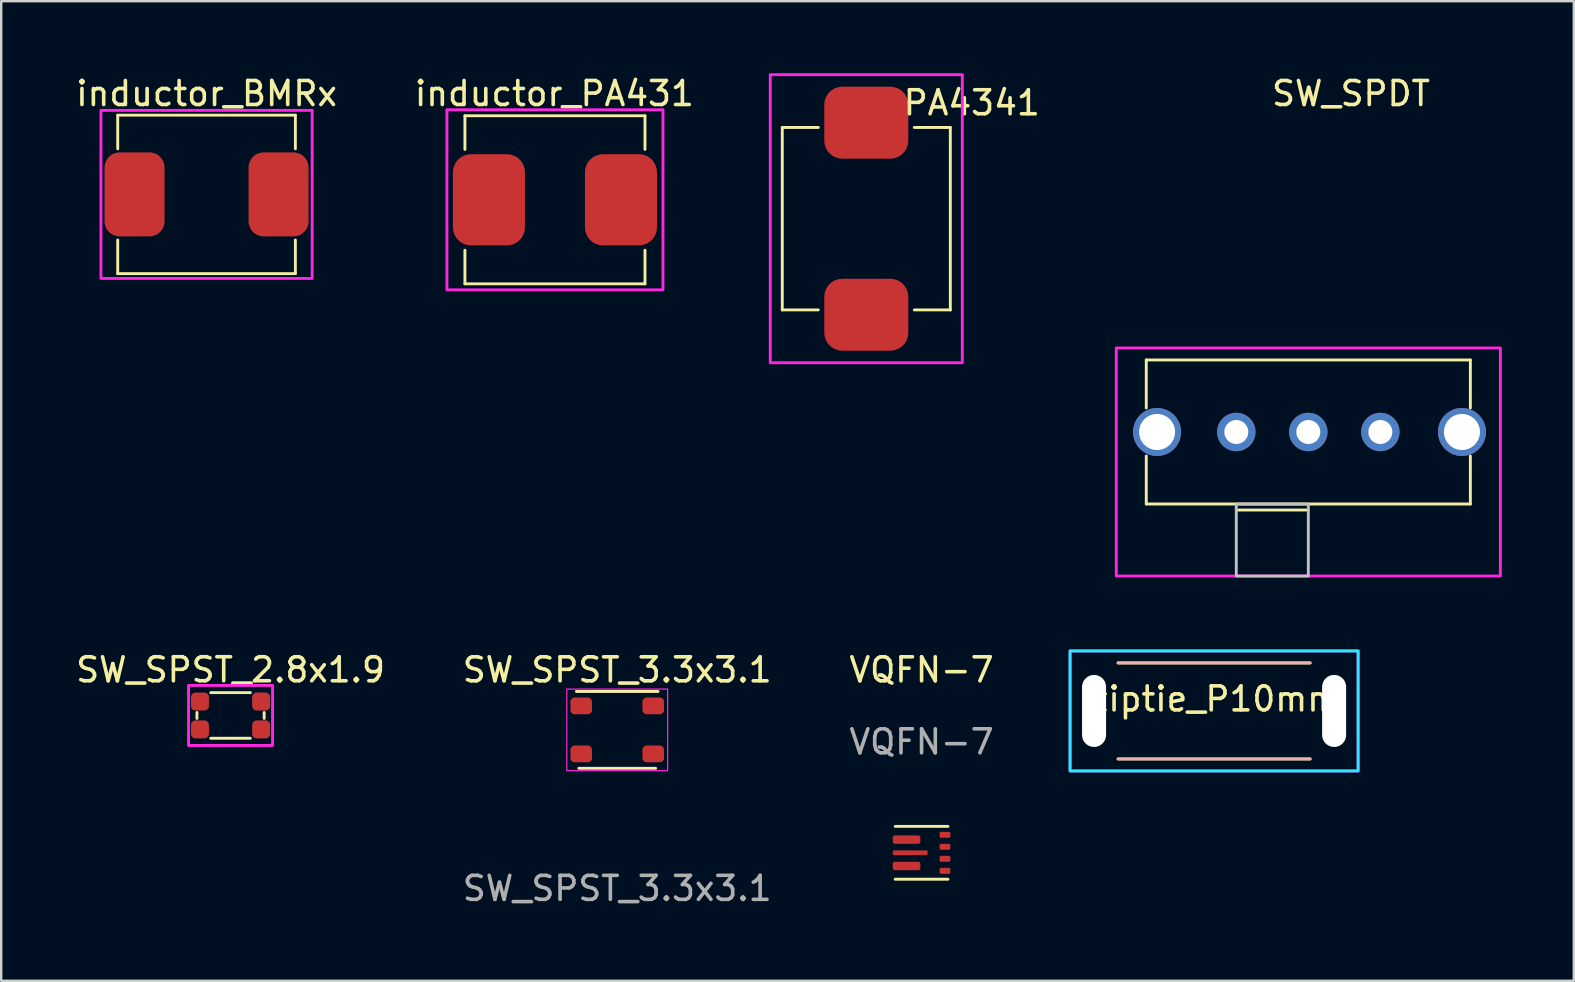
<source format=kicad_pcb>
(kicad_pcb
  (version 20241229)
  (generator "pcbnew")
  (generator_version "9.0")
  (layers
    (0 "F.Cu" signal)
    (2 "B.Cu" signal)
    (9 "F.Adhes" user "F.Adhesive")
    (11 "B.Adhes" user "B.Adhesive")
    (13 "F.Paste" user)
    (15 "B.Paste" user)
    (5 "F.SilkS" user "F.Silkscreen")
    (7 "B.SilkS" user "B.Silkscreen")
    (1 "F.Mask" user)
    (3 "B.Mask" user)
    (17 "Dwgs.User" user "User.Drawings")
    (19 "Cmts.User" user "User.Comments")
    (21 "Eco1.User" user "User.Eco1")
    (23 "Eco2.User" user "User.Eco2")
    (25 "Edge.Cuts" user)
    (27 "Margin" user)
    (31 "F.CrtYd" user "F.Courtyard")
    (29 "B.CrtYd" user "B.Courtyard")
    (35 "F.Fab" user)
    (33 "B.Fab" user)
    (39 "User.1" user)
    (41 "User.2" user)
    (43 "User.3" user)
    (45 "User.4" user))
  (footprint "ziptie_P10mm"
    (layer "F.Cu")
    (at 47.524 26.565)
    (property "Reference" "ziptie_P10mm" (at 0 -0.5 0) (unlocked yes) (layer "F.SilkS") (effects (font (size 1 1) (thickness 0.15))))
    (attr board_only exclude_from_bom)
    (fp_line (start -4 -2) (end 4 -2) (stroke (width 0.12) (type default)) (layer "F.SilkS"))
    (fp_line (start -4 2) (end 4 2) (stroke (width 0.12) (type default)) (layer "F.SilkS"))
    (fp_line (start -4 -2) (end 4 -2) (stroke (width 0.12) (type default)) (layer "B.SilkS"))
    (fp_line (start -4 2) (end 4 2) (stroke (width 0.12) (type default)) (layer "B.SilkS"))
    (fp_rect (start -6 -2.5) (end 6 2.5) (stroke (width 0.12) (type default)) (fill no) (layer "B.CrtYd"))
    (fp_rect (start -6 -2.5) (end 6 2.5) (stroke (width 0.12) (type default)) (fill no) (layer "F.CrtYd"))
    (pad "" np_thru_hole oval (at -5 0) (size 1 3) (drill oval 2 5) (layers "*.Cu" "*.Mask"))
    (pad "" np_thru_hole oval (at 5 0) (size 1 3) (drill oval 2 5) (layers "*.Cu" "*.Mask")))
  (footprint "VQFN-7"
    (layer "F.Cu")
    (at 35.339 32.474)
    (property "Reference" "VQFN-7" (at 0 -7.62 0) (unlocked yes) (layer "F.SilkS") (effects (font (size 1 1) (thickness 0.15))))
    (attr smd)
    (fp_line (start -1.1 1.1) (end 1.1 1.1) (stroke (width 0.12) (type default)) (layer "F.SilkS"))
    (fp_line (start 1.1 -1.1) (end -1.1 -1.1) (stroke (width 0.12) (type default)) (layer "F.SilkS"))
    (fp_text user "${REFERENCE}" (at 0 -4.62 0) (unlocked yes) (layer "F.Fab") (effects (font (size 1 1) (thickness 0.15))))
    (pad "1" smd roundrect (at -0.625 -0.55) (size 1.15 0.35) (layers "F.Cu" "F.Mask" "F.Paste") (roundrect_rratio 0.25))
    (pad "2" smd roundrect (at -0.475 0) (size 1.45 0.2) (layers "F.Cu" "F.Mask" "F.Paste") (roundrect_rratio 0.25))
    (pad "3" smd roundrect (at -0.625 0.55) (size 1.15 0.35) (layers "F.Cu" "F.Mask" "F.Paste") (roundrect_rratio 0.25))
    (pad "4" smd roundrect (at 0.975 -0.75) (size 0.45 0.25) (layers "F.Cu" "F.Mask" "F.Paste") (roundrect_rratio 0.25))
    (pad "5" smd roundrect (at 0.975 -0.25) (size 0.45 0.25) (layers "F.Cu" "F.Mask" "F.Paste") (roundrect_rratio 0.25))
    (pad "6" smd roundrect (at 0.975 0.25) (size 0.45 0.25) (layers "F.Cu" "F.Mask" "F.Paste") (roundrect_rratio 0.25))
    (pad "7" smd roundrect (at 0.975 0.75) (size 0.45 0.25) (layers "F.Cu" "F.Mask" "F.Paste") (roundrect_rratio 0.25)))
  (footprint "inductor_PA431"
    (layer "F.Cu")
    (at 20.067 5.273)
    (property "Reference" "inductor_PA431" (at -0.025 -4.425 0) (unlocked yes) (layer "F.SilkS") (effects (font (size 1 1) (thickness 0.15))))
    (attr smd)
    (fp_line (start -3.75 -3.5) (end -3.75 -2.1) (stroke (width 0.12) (type default)) (layer "F.SilkS"))
    (fp_line (start -3.75 3.5) (end -3.75 2.1) (stroke (width 0.12) (type default)) (layer "F.SilkS"))
    (fp_line (start 3.75 -3.5) (end -3.75 -3.5) (stroke (width 0.12) (type default)) (layer "F.SilkS"))
    (fp_line (start 3.75 -2.1) (end 3.75 -3.5) (stroke (width 0.12) (type default)) (layer "F.SilkS"))
    (fp_line (start 3.75 2.1) (end 3.75 3.5) (stroke (width 0.12) (type default)) (layer "F.SilkS"))
    (fp_line (start 3.75 3.5) (end -3.75 3.5) (stroke (width 0.12) (type default)) (layer "F.SilkS"))
    (fp_rect (start -4.5 -3.75) (end 4.5 3.75) (stroke (width 0.12) (type default)) (fill no) (layer "F.CrtYd"))
    (pad "1" smd roundrect (at -2.75 0 90) (size 3.8 3) (layers "F.Cu" "F.Mask" "F.Paste") (roundrect_rratio 0.25))
    (pad "2" smd roundrect (at 2.75 0 90) (size 3.8 3) (layers "F.Cu" "F.Mask" "F.Paste") (roundrect_rratio 0.25)))
  (footprint "SW_SPST_2.8x1.9"
    (layer "F.Cu")
    (at 6.554 26.753)
    (property "Reference" "SW_SPST_2.8x1.9" (at 0 -1.9 0) (unlocked yes) (layer "F.SilkS") (effects (font (size 1 1) (thickness 0.15))))
    (attr smd)
    (fp_line (start -1.4 -0.125) (end -1.4 0.125) (stroke (width 0.12) (type default)) (layer "F.SilkS"))
    (fp_line (start -0.825 -0.95) (end 0.825 -0.95) (stroke (width 0.12) (type default)) (layer "F.SilkS"))
    (fp_line (start 0.825 0.95) (end -0.825 0.95) (stroke (width 0.12) (type default)) (layer "F.SilkS"))
    (fp_line (start 1.4 -0.125) (end 1.4 0.125) (stroke (width 0.12) (type default)) (layer "F.SilkS"))
    (fp_rect (start -1.75 -1.25) (end 1.75 1.25) (stroke (width 0.12) (type default)) (fill no) (layer "F.CrtYd"))
    (pad "1" smd roundrect (at -1.275 -0.58) (size 0.75 0.75) (layers "F.Cu" "F.Mask" "F.Paste") (roundrect_rratio 0.25))
    (pad "2" smd roundrect (at -1.275 0.58) (size 0.75 0.75) (layers "F.Cu" "F.Mask" "F.Paste") (roundrect_rratio 0.25))
    (pad "NC" smd roundrect (at 1.275 -0.58) (size 0.75 0.75) (layers "F.Cu" "F.Mask" "F.Paste") (roundrect_rratio 0.25))
    (pad "NC" smd roundrect (at 1.275 0.58) (size 0.75 0.75) (layers "F.Cu" "F.Mask" "F.Paste") (roundrect_rratio 0.25)))
  (footprint "inductor_BMRx"
    (layer "F.Cu")
    (at 5.554 5.048)
    (property "Reference" "inductor_BMRx" (at 0 -4.2 0) (unlocked yes) (layer "F.SilkS") (effects (font (size 1 1) (thickness 0.15))))
    (attr smd)
    (fp_line (start -3.7 -3.3) (end 3.7 -3.3) (stroke (width 0.12) (type default)) (layer "F.SilkS"))
    (fp_line (start -3.7 -1.9) (end -3.7 -3.3) (stroke (width 0.12) (type default)) (layer "F.SilkS"))
    (fp_line (start -3.7 1.9) (end -3.7 3.3) (stroke (width 0.12) (type default)) (layer "F.SilkS"))
    (fp_line (start -3.7 3.3) (end 3.7 3.3) (stroke (width 0.12) (type default)) (layer "F.SilkS"))
    (fp_line (start 3.7 -3.3) (end 3.7 -1.9) (stroke (width 0.12) (type default)) (layer "F.SilkS"))
    (fp_line (start 3.7 3.3) (end 3.7 1.9) (stroke (width 0.12) (type default)) (layer "F.SilkS"))
    (fp_rect (start -4.4 -3.5) (end 4.4 3.5) (stroke (width 0.12) (type default)) (fill no) (layer "F.CrtYd"))
    (pad "1" smd roundrect (at -3 0) (size 2.5 3.5) (layers "F.Cu" "F.Mask" "F.Paste") (roundrect_rratio 0.25))
    (pad "2" smd roundrect (at 3 0) (size 2.5 3.5) (layers "F.Cu" "F.Mask" "F.Paste") (roundrect_rratio 0.25)))
  (footprint "SW_SPDT"
    (layer "F.Cu")
    (at 51.449 14.945)
    (property "Reference" "SW_SPDT" (at 1.778 -14.097 0) (unlocked yes) (layer "F.SilkS") (effects (font (size 1 1) (thickness 0.15))))
    (attr through_hole)
    (fp_line (start -6.75 -3) (end -6.75 -1) (stroke (width 0.12) (type default)) (layer "F.SilkS"))
    (fp_line (start -6.75 -3) (end 6.75 -3) (stroke (width 0.12) (type default)) (layer "F.SilkS"))
    (fp_line (start -6.75 3) (end -6.75 1) (stroke (width 0.12) (type default)) (layer "F.SilkS"))
    (fp_line (start -6.75 3) (end 6.75 3) (stroke (width 0.12) (type default)) (layer "F.SilkS"))
    (fp_line (start -3 3.25) (end 0 3.25) (stroke (width 0.12) (type default)) (layer "F.SilkS"))
    (fp_line (start 6.75 -3) (end 6.75 -1) (stroke (width 0.12) (type default)) (layer "F.SilkS"))
    (fp_line (start 6.75 3) (end 6.75 1) (stroke (width 0.12) (type default)) (layer "F.SilkS"))
    (fp_rect (start -3 3) (end 0 6) (stroke (width 0.12) (type default)) (fill no) (layer "Dwgs.User"))
    (fp_rect (start -8 -3.5) (end 8 6) (stroke (width 0.12) (type default)) (fill no) (layer "F.CrtYd"))
    (pad "1" thru_hole circle (at -3 0) (size 1.6 1.6) (drill 1) (layers "*.Cu" "*.Mask"))
    (pad "2" thru_hole circle (at 0 0) (size 1.6 1.6) (drill 1) (layers "*.Cu" "*.Mask"))
    (pad "3" thru_hole circle (at 3 0) (size 1.6 1.6) (drill 1) (layers "*.Cu" "*.Mask"))
    (pad "M" thru_hole circle (at -6.3 0) (size 2 2) (drill 1.5) (layers "*.Cu" "*.Mask"))
    (pad "M" thru_hole circle (at 6.4 0) (size 2 2) (drill 1.5) (layers "*.Cu" "*.Mask")))
  (footprint "SW_SPST_3.3x3.1"
    (layer "F.Cu")
    (at 22.661 27.354)
    (property "Reference" "SW_SPST_3.3x3.1" (at 0 -2.5 0) (unlocked yes) (layer "F.SilkS") (effects (font (size 1 1) (thickness 0.15))))
    (attr smd)
    (fp_line (start -1.7 -1.6) (end 1.7 -1.6) (stroke (width 0.12) (type default)) (layer "F.SilkS"))
    (fp_line (start 1.6 1.6) (end -1.6 1.6) (stroke (width 0.12) (type default)) (layer "F.SilkS"))
    (fp_rect (start -2.1 -1.7) (end 2.1 1.7) (stroke (width 0.05) (type default)) (fill no) (layer "F.CrtYd"))
    (fp_text user "${REFERENCE}" (at 0 6.604 0) (unlocked yes) (layer "F.Fab") (effects (font (size 1 1) (thickness 0.15))))
    (pad "1" smd roundrect (at -1.5 1) (size 0.9 0.7) (layers "F.Cu" "F.Mask" "F.Paste") (roundrect_rratio 0.25))
    (pad "1" smd roundrect (at 1.5 1) (size 0.9 0.7) (layers "F.Cu" "F.Mask" "F.Paste") (roundrect_rratio 0.25))
    (pad "2" smd roundrect (at -1.5 -1) (size 0.9 0.7) (layers "F.Cu" "F.Mask" "F.Paste") (roundrect_rratio 0.25))
    (pad "2" smd roundrect (at 1.5 -1) (size 0.9 0.7) (layers "F.Cu" "F.Mask" "F.Paste") (roundrect_rratio 0.25)))
  (footprint "PA4341"
    (layer "F.Cu")
    (at 33.036 6.06)
    (property "Reference" "PA4341" (at 4.394 -4.826 0) (unlocked yes) (layer "F.SilkS") (effects (font (size 1 1) (thickness 0.15))))
    (attr smd)
    (fp_line (start -3.5 -3.8) (end -2 -3.8) (stroke (width 0.12) (type default)) (layer "F.SilkS"))
    (fp_line (start -3.5 3.8) (end -3.5 -3.8) (stroke (width 0.12) (type default)) (layer "F.SilkS"))
    (fp_line (start -3.5 3.8) (end -2 3.8) (stroke (width 0.12) (type default)) (layer "F.SilkS"))
    (fp_line (start 2 -3.8) (end 3.5 -3.8) (stroke (width 0.12) (type default)) (layer "F.SilkS"))
    (fp_line (start 3.5 -3.8) (end 3.5 3.8) (stroke (width 0.12) (type default)) (layer "F.SilkS"))
    (fp_line (start 3.5 3.8) (end 2 3.8) (stroke (width 0.12) (type default)) (layer "F.SilkS"))
    (fp_rect (start -4 -6) (end 4 6) (stroke (width 0.12) (type default)) (fill no) (layer "F.CrtYd"))
    (pad "1" smd roundrect (at 0 -4) (size 3.5 3) (layers "F.Cu" "F.Mask" "F.Paste") (roundrect_rratio 0.25))
    (pad "2" smd roundrect (at 0 4) (size 3.5 3) (layers "F.Cu" "F.Mask" "F.Paste") (roundrect_rratio 0.25)))
  (gr_rect
    (start -3 -3)
    (end 62.509 37.806)
    (stroke (width 0.1) (type default))
    (fill no)
    (layer "Edge.Cuts")))
</source>
